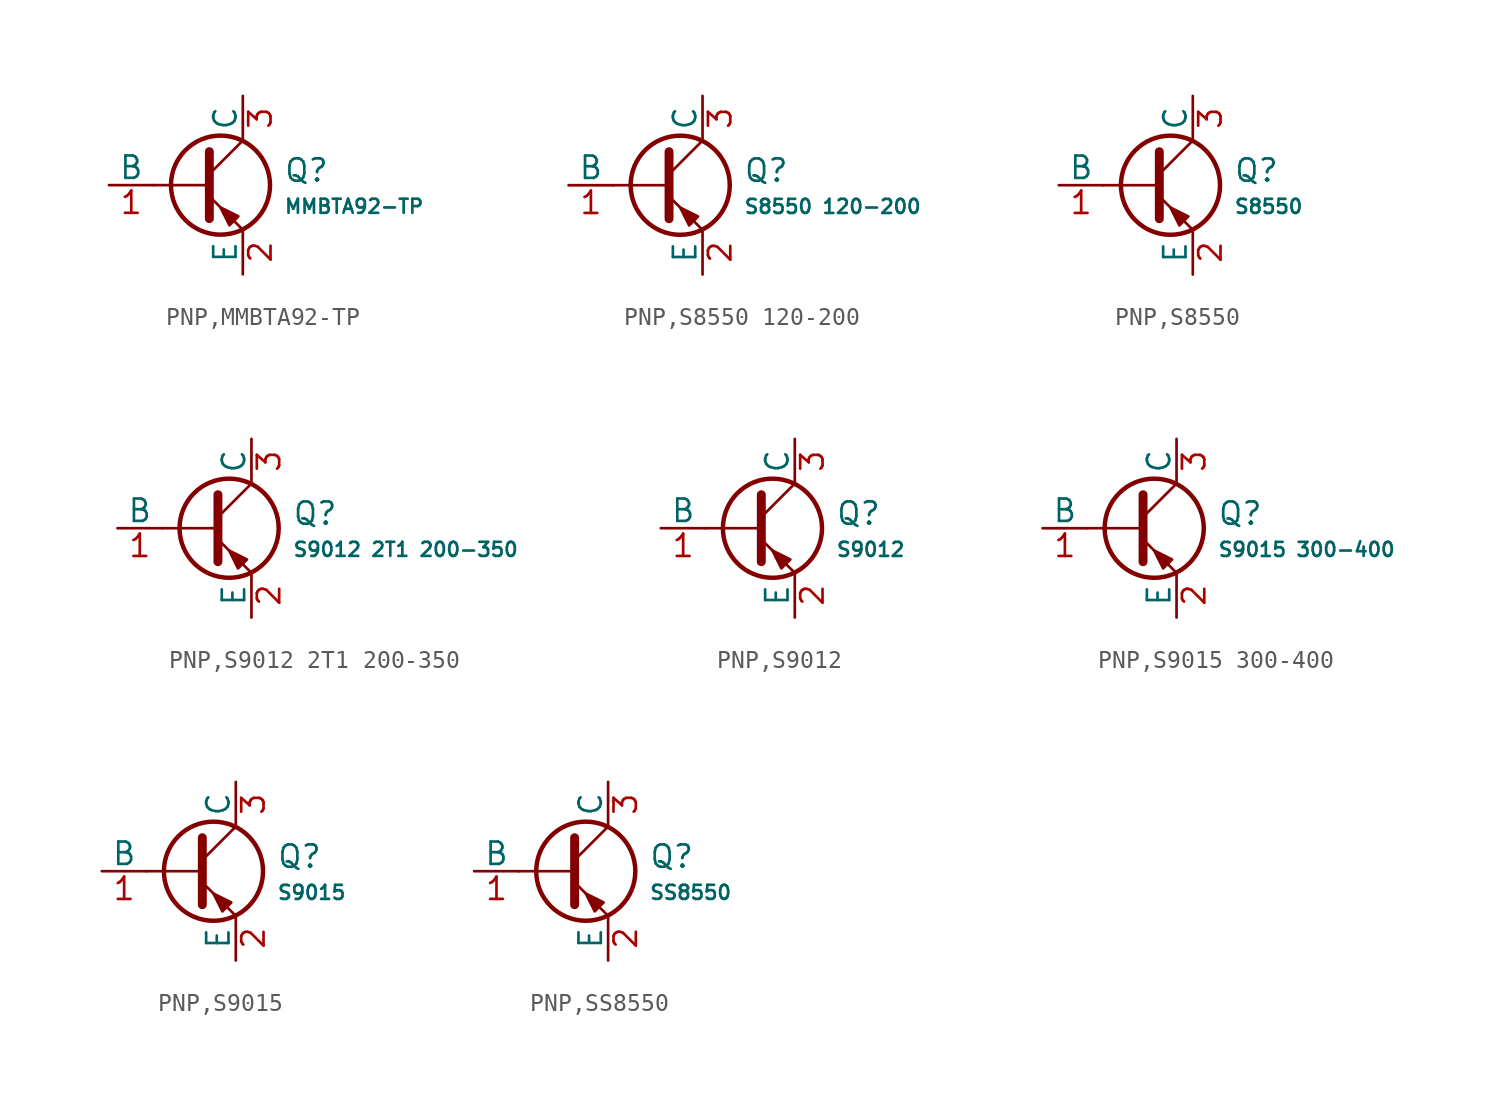
<source format=kicad_sym>
(kicad_symbol_lib
  (version 20231120)
  (generator "CDFER")
  (generator_version "8.0")
  (symbol "PNP,MMBTA92-TP"
    (pin_names
      (offset 0))
    (property "Reference" "Q"
      (at 4.851 0.834 0)
      (effects (font (size 1.27 1.27)) (justify left)))
    (property "Value" "MMBTA92-TP"
      (at 4.851 -1.212 0)
      (effects (font (size 0.8 0.8)) (justify left)))
    (symbol "PNP,MMBTA92-TP_0_1"
      (polyline (pts (xy -2.54 0) (xy 0.635 0)) (stroke (width 0.152) (type default)) (fill (type none)))
      (polyline (pts (xy 0.635 0.635) (xy 2.54 2.54)) (stroke (width 0) (type default)) (fill (type none)))
      (polyline (pts (xy 0.635 -0.635) (xy 2.54 -2.54) (xy 2.54 -2.54)) (stroke (width 0) (type default)) (fill (type none)))
      (polyline (pts (xy 0.635 1.905) (xy 0.635 -1.905) (xy 0.635 -1.905)) (stroke (width 0.508) (type default)) (fill (type none)))
      (polyline (pts (xy 2.286 -1.778) (xy 1.778 -2.286) (xy 1.27 -1.27) (xy 2.286 -1.778) (xy 2.286 -1.778)) (stroke (width 0) (type default)) (fill (type outline)))
      (circle (center 1.27 0) (radius 2.819) (stroke (width 0.254) (type default)) (fill (type none))))
    (symbol "PNP,MMBTA92-TP_1_1"
      (pin open_collector line (at 2.54 5.08 270) (length 2.54) (name "C" (effects (font (size 1.27 1.27)))) (number "3" (effects (font (size 1.27 1.27)))))
      (pin input line (at -5.08 0 0) (length 2.54) (name "B" (effects (font (size 1.27 1.27)))) (number "1" (effects (font (size 1.27 1.27)))))
      (pin open_emitter line (at 2.54 -5.08 90) (length 2.54) (name "E" (effects (font (size 1.27 1.27)))) (number "2" (effects (font (size 1.27 1.27)))))))
  (symbol "PNP,S8550 120-200"
    (pin_names
      (offset 0))
    (property "Reference" "Q"
      (at 4.851 0.834 0)
      (effects (font (size 1.27 1.27)) (justify left)))
    (property "Value" "S8550 120-200"
      (at 4.851 -1.212 0)
      (effects (font (size 0.8 0.8)) (justify left)))
    (symbol "PNP,S8550 120-200_0_1"
      (polyline (pts (xy -2.54 0) (xy 0.635 0)) (stroke (width 0.152) (type default)) (fill (type none)))
      (polyline (pts (xy 0.635 0.635) (xy 2.54 2.54)) (stroke (width 0) (type default)) (fill (type none)))
      (polyline (pts (xy 0.635 -0.635) (xy 2.54 -2.54) (xy 2.54 -2.54)) (stroke (width 0) (type default)) (fill (type none)))
      (polyline (pts (xy 0.635 1.905) (xy 0.635 -1.905) (xy 0.635 -1.905)) (stroke (width 0.508) (type default)) (fill (type none)))
      (polyline (pts (xy 2.286 -1.778) (xy 1.778 -2.286) (xy 1.27 -1.27) (xy 2.286 -1.778) (xy 2.286 -1.778)) (stroke (width 0) (type default)) (fill (type outline)))
      (circle (center 1.27 0) (radius 2.819) (stroke (width 0.254) (type default)) (fill (type none))))
    (symbol "PNP,S8550 120-200_1_1"
      (pin open_collector line (at 2.54 5.08 270) (length 2.54) (name "C" (effects (font (size 1.27 1.27)))) (number "3" (effects (font (size 1.27 1.27)))))
      (pin input line (at -5.08 0 0) (length 2.54) (name "B" (effects (font (size 1.27 1.27)))) (number "1" (effects (font (size 1.27 1.27)))))
      (pin open_emitter line (at 2.54 -5.08 90) (length 2.54) (name "E" (effects (font (size 1.27 1.27)))) (number "2" (effects (font (size 1.27 1.27)))))))
  (symbol "PNP,S8550"
    (pin_names
      (offset 0))
    (property "Reference" "Q"
      (at 4.851 0.834 0)
      (effects (font (size 1.27 1.27)) (justify left)))
    (property "Value" "S8550"
      (at 4.851 -1.212 0)
      (effects (font (size 0.8 0.8)) (justify left)))
    (symbol "PNP,S8550_0_1"
      (polyline (pts (xy -2.54 0) (xy 0.635 0)) (stroke (width 0.152) (type default)) (fill (type none)))
      (polyline (pts (xy 0.635 0.635) (xy 2.54 2.54)) (stroke (width 0) (type default)) (fill (type none)))
      (polyline (pts (xy 0.635 -0.635) (xy 2.54 -2.54) (xy 2.54 -2.54)) (stroke (width 0) (type default)) (fill (type none)))
      (polyline (pts (xy 0.635 1.905) (xy 0.635 -1.905) (xy 0.635 -1.905)) (stroke (width 0.508) (type default)) (fill (type none)))
      (polyline (pts (xy 2.286 -1.778) (xy 1.778 -2.286) (xy 1.27 -1.27) (xy 2.286 -1.778) (xy 2.286 -1.778)) (stroke (width 0) (type default)) (fill (type outline)))
      (circle (center 1.27 0) (radius 2.819) (stroke (width 0.254) (type default)) (fill (type none))))
    (symbol "PNP,S8550_1_1"
      (pin open_collector line (at 2.54 5.08 270) (length 2.54) (name "C" (effects (font (size 1.27 1.27)))) (number "3" (effects (font (size 1.27 1.27)))))
      (pin input line (at -5.08 0 0) (length 2.54) (name "B" (effects (font (size 1.27 1.27)))) (number "1" (effects (font (size 1.27 1.27)))))
      (pin open_emitter line (at 2.54 -5.08 90) (length 2.54) (name "E" (effects (font (size 1.27 1.27)))) (number "2" (effects (font (size 1.27 1.27)))))))
  (symbol "PNP,S9012 2T1 200-350"
    (pin_names
      (offset 0))
    (property "Reference" "Q"
      (at 4.851 0.834 0)
      (effects (font (size 1.27 1.27)) (justify left)))
    (property "Value" "S9012 2T1 200-350"
      (at 4.851 -1.212 0)
      (effects (font (size 0.8 0.8)) (justify left)))
    (symbol "PNP,S9012 2T1 200-350_0_1"
      (polyline (pts (xy -2.54 0) (xy 0.635 0)) (stroke (width 0.152) (type default)) (fill (type none)))
      (polyline (pts (xy 0.635 0.635) (xy 2.54 2.54)) (stroke (width 0) (type default)) (fill (type none)))
      (polyline (pts (xy 0.635 -0.635) (xy 2.54 -2.54) (xy 2.54 -2.54)) (stroke (width 0) (type default)) (fill (type none)))
      (polyline (pts (xy 0.635 1.905) (xy 0.635 -1.905) (xy 0.635 -1.905)) (stroke (width 0.508) (type default)) (fill (type none)))
      (polyline (pts (xy 2.286 -1.778) (xy 1.778 -2.286) (xy 1.27 -1.27) (xy 2.286 -1.778) (xy 2.286 -1.778)) (stroke (width 0) (type default)) (fill (type outline)))
      (circle (center 1.27 0) (radius 2.819) (stroke (width 0.254) (type default)) (fill (type none))))
    (symbol "PNP,S9012 2T1 200-350_1_1"
      (pin open_collector line (at 2.54 5.08 270) (length 2.54) (name "C" (effects (font (size 1.27 1.27)))) (number "3" (effects (font (size 1.27 1.27)))))
      (pin input line (at -5.08 0 0) (length 2.54) (name "B" (effects (font (size 1.27 1.27)))) (number "1" (effects (font (size 1.27 1.27)))))
      (pin open_emitter line (at 2.54 -5.08 90) (length 2.54) (name "E" (effects (font (size 1.27 1.27)))) (number "2" (effects (font (size 1.27 1.27)))))))
  (symbol "PNP,S9012"
    (pin_names
      (offset 0))
    (property "Reference" "Q"
      (at 4.851 0.834 0)
      (effects (font (size 1.27 1.27)) (justify left)))
    (property "Value" "S9012"
      (at 4.851 -1.212 0)
      (effects (font (size 0.8 0.8)) (justify left)))
    (symbol "PNP,S9012_0_1"
      (polyline (pts (xy -2.54 0) (xy 0.635 0)) (stroke (width 0.152) (type default)) (fill (type none)))
      (polyline (pts (xy 0.635 0.635) (xy 2.54 2.54)) (stroke (width 0) (type default)) (fill (type none)))
      (polyline (pts (xy 0.635 -0.635) (xy 2.54 -2.54) (xy 2.54 -2.54)) (stroke (width 0) (type default)) (fill (type none)))
      (polyline (pts (xy 0.635 1.905) (xy 0.635 -1.905) (xy 0.635 -1.905)) (stroke (width 0.508) (type default)) (fill (type none)))
      (polyline (pts (xy 2.286 -1.778) (xy 1.778 -2.286) (xy 1.27 -1.27) (xy 2.286 -1.778) (xy 2.286 -1.778)) (stroke (width 0) (type default)) (fill (type outline)))
      (circle (center 1.27 0) (radius 2.819) (stroke (width 0.254) (type default)) (fill (type none))))
    (symbol "PNP,S9012_1_1"
      (pin open_collector line (at 2.54 5.08 270) (length 2.54) (name "C" (effects (font (size 1.27 1.27)))) (number "3" (effects (font (size 1.27 1.27)))))
      (pin input line (at -5.08 0 0) (length 2.54) (name "B" (effects (font (size 1.27 1.27)))) (number "1" (effects (font (size 1.27 1.27)))))
      (pin open_emitter line (at 2.54 -5.08 90) (length 2.54) (name "E" (effects (font (size 1.27 1.27)))) (number "2" (effects (font (size 1.27 1.27)))))))
  (symbol "PNP,S9015 300-400"
    (pin_names
      (offset 0))
    (property "Reference" "Q"
      (at 4.851 0.834 0)
      (effects (font (size 1.27 1.27)) (justify left)))
    (property "Value" "S9015 300-400"
      (at 4.851 -1.212 0)
      (effects (font (size 0.8 0.8)) (justify left)))
    (symbol "PNP,S9015 300-400_0_1"
      (polyline (pts (xy -2.54 0) (xy 0.635 0)) (stroke (width 0.152) (type default)) (fill (type none)))
      (polyline (pts (xy 0.635 0.635) (xy 2.54 2.54)) (stroke (width 0) (type default)) (fill (type none)))
      (polyline (pts (xy 0.635 -0.635) (xy 2.54 -2.54) (xy 2.54 -2.54)) (stroke (width 0) (type default)) (fill (type none)))
      (polyline (pts (xy 0.635 1.905) (xy 0.635 -1.905) (xy 0.635 -1.905)) (stroke (width 0.508) (type default)) (fill (type none)))
      (polyline (pts (xy 2.286 -1.778) (xy 1.778 -2.286) (xy 1.27 -1.27) (xy 2.286 -1.778) (xy 2.286 -1.778)) (stroke (width 0) (type default)) (fill (type outline)))
      (circle (center 1.27 0) (radius 2.819) (stroke (width 0.254) (type default)) (fill (type none))))
    (symbol "PNP,S9015 300-400_1_1"
      (pin open_collector line (at 2.54 5.08 270) (length 2.54) (name "C" (effects (font (size 1.27 1.27)))) (number "3" (effects (font (size 1.27 1.27)))))
      (pin input line (at -5.08 0 0) (length 2.54) (name "B" (effects (font (size 1.27 1.27)))) (number "1" (effects (font (size 1.27 1.27)))))
      (pin open_emitter line (at 2.54 -5.08 90) (length 2.54) (name "E" (effects (font (size 1.27 1.27)))) (number "2" (effects (font (size 1.27 1.27)))))))
  (symbol "PNP,S9015"
    (pin_names
      (offset 0))
    (property "Reference" "Q"
      (at 4.851 0.834 0)
      (effects (font (size 1.27 1.27)) (justify left)))
    (property "Value" "S9015"
      (at 4.851 -1.212 0)
      (effects (font (size 0.8 0.8)) (justify left)))
    (symbol "PNP,S9015_0_1"
      (polyline (pts (xy -2.54 0) (xy 0.635 0)) (stroke (width 0.152) (type default)) (fill (type none)))
      (polyline (pts (xy 0.635 0.635) (xy 2.54 2.54)) (stroke (width 0) (type default)) (fill (type none)))
      (polyline (pts (xy 0.635 -0.635) (xy 2.54 -2.54) (xy 2.54 -2.54)) (stroke (width 0) (type default)) (fill (type none)))
      (polyline (pts (xy 0.635 1.905) (xy 0.635 -1.905) (xy 0.635 -1.905)) (stroke (width 0.508) (type default)) (fill (type none)))
      (polyline (pts (xy 2.286 -1.778) (xy 1.778 -2.286) (xy 1.27 -1.27) (xy 2.286 -1.778) (xy 2.286 -1.778)) (stroke (width 0) (type default)) (fill (type outline)))
      (circle (center 1.27 0) (radius 2.819) (stroke (width 0.254) (type default)) (fill (type none))))
    (symbol "PNP,S9015_1_1"
      (pin open_collector line (at 2.54 5.08 270) (length 2.54) (name "C" (effects (font (size 1.27 1.27)))) (number "3" (effects (font (size 1.27 1.27)))))
      (pin input line (at -5.08 0 0) (length 2.54) (name "B" (effects (font (size 1.27 1.27)))) (number "1" (effects (font (size 1.27 1.27)))))
      (pin open_emitter line (at 2.54 -5.08 90) (length 2.54) (name "E" (effects (font (size 1.27 1.27)))) (number "2" (effects (font (size 1.27 1.27)))))))
  (symbol "PNP,SS8550"
    (pin_names
      (offset 0))
    (property "Reference" "Q"
      (at 4.851 0.834 0)
      (effects (font (size 1.27 1.27)) (justify left)))
    (property "Value" "SS8550"
      (at 4.851 -1.212 0)
      (effects (font (size 0.8 0.8)) (justify left)))
    (symbol "PNP,SS8550_0_1"
      (polyline (pts (xy -2.54 0) (xy 0.635 0)) (stroke (width 0.152) (type default)) (fill (type none)))
      (polyline (pts (xy 0.635 0.635) (xy 2.54 2.54)) (stroke (width 0) (type default)) (fill (type none)))
      (polyline (pts (xy 0.635 -0.635) (xy 2.54 -2.54) (xy 2.54 -2.54)) (stroke (width 0) (type default)) (fill (type none)))
      (polyline (pts (xy 0.635 1.905) (xy 0.635 -1.905) (xy 0.635 -1.905)) (stroke (width 0.508) (type default)) (fill (type none)))
      (polyline (pts (xy 2.286 -1.778) (xy 1.778 -2.286) (xy 1.27 -1.27) (xy 2.286 -1.778) (xy 2.286 -1.778)) (stroke (width 0) (type default)) (fill (type outline)))
      (circle (center 1.27 0) (radius 2.819) (stroke (width 0.254) (type default)) (fill (type none))))
    (symbol "PNP,SS8550_1_1"
      (pin open_collector line (at 2.54 5.08 270) (length 2.54) (name "C" (effects (font (size 1.27 1.27)))) (number "3" (effects (font (size 1.27 1.27)))))
      (pin input line (at -5.08 0 0) (length 2.54) (name "B" (effects (font (size 1.27 1.27)))) (number "1" (effects (font (size 1.27 1.27)))))
      (pin open_emitter line (at 2.54 -5.08 90) (length 2.54) (name "E" (effects (font (size 1.27 1.27)))) (number "2" (effects (font (size 1.27 1.27))))))))
</source>
